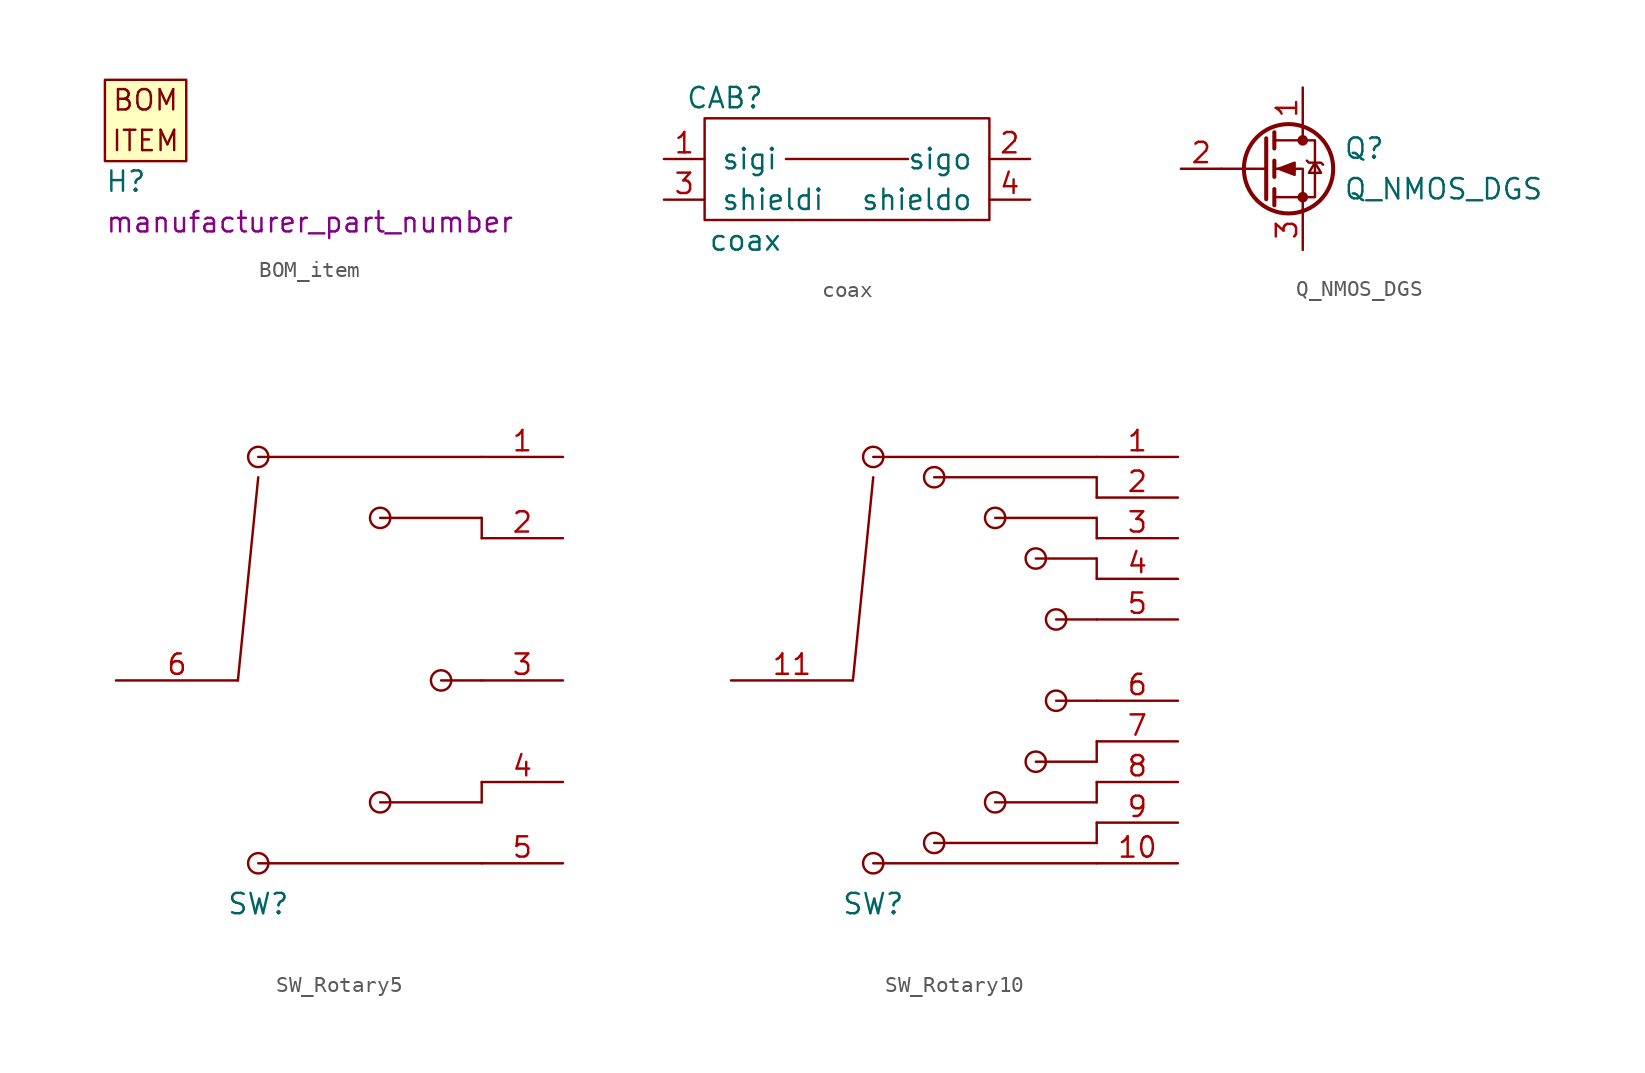
<source format=kicad_sym>
(kicad_symbol_lib
  (version 20220914)
  (generator kicad_symbol_editor)
  (symbol "BOM_item"
    (pin_names
      (offset 1.016))
    (property "Reference" "H"
      (at -2.54 -1.27 0)
      (effects (font (size 1.27 1.27)) (justify left)))
    (property "manufacturer_part_number" "manufacturer_part_number"
      (at -2.54 -3.81 0)
      (effects (font (size 1.27 1.27)) (justify left)))
    (symbol "BOM_item_0_0"
      (text "BOM" (at 0 3.81 0) (effects (font (size 1.27 1.27))))
      (text "ITEM" (at 0 1.27 0) (effects (font (size 1.27 1.27)))))
    (symbol "BOM_item_0_1"
      (rectangle (start -2.54 5.08) (end 2.54 0) (stroke (width 0) (type solid)) (fill (type background)))))
  (symbol "coax"
    (pin_names
      (offset 1.016))
    (property "Reference" "CAB"
      (at -7.62 3.81 0)
      (effects (font (size 1.27 1.27))))
    (property "Value" "coax"
      (at -6.35 -5.08 0)
      (effects (font (size 1.27 1.27))))
    (symbol "coax_0_1"
      (rectangle (start -8.89 2.54) (end 8.89 -3.81) (stroke (width 0) (type solid)) (fill (type none)))
      (polyline (pts (xy -3.81 0) (xy 3.81 0)) (stroke (width 0) (type solid)) (fill (type none))))
    (symbol "coax_1_1"
      (pin input line (at -11.43 0 0) (length 2.54) (name "sigi" (effects (font (size 1.27 1.27)))) (number "1" (effects (font (size 1.27 1.27)))))
      (pin output line (at 11.43 0 180) (length 2.54) (name "sigo" (effects (font (size 1.27 1.27)))) (number "2" (effects (font (size 1.27 1.27)))))
      (pin input line (at -11.43 -2.54 0) (length 2.54) (name "shieldi" (effects (font (size 1.27 1.27)))) (number "3" (effects (font (size 1.27 1.27)))))
      (pin input line (at 11.43 -2.54 180) (length 2.54) (name "shieldo" (effects (font (size 1.27 1.27)))) (number "4" (effects (font (size 1.27 1.27)))))))
  (symbol "Q_NMOS_DGS"
    (pin_names
      (offset 0) hide)
    (property "Reference" "Q"
      (at 5.08 1.27 0)
      (effects (font (size 1.27 1.27)) (justify left)))
    (property "Value" "Q_NMOS_DGS"
      (at 5.08 -1.27 0)
      (effects (font (size 1.27 1.27)) (justify left)))
    (symbol "Q_NMOS_DGS_0_1"
      (polyline (pts (xy 0.254 0) (xy -2.54 0)) (stroke (width 0) (type solid)) (fill (type none)))
      (polyline (pts (xy 0.254 1.905) (xy 0.254 -1.905)) (stroke (width 0.254) (type solid)) (fill (type none)))
      (polyline (pts (xy 0.762 -1.27) (xy 0.762 -2.286)) (stroke (width 0.254) (type solid)) (fill (type none)))
      (polyline (pts (xy 0.762 0.508) (xy 0.762 -0.508)) (stroke (width 0.254) (type solid)) (fill (type none)))
      (polyline (pts (xy 0.762 2.286) (xy 0.762 1.27)) (stroke (width 0.254) (type solid)) (fill (type none)))
      (polyline (pts (xy 2.54 2.54) (xy 2.54 1.778)) (stroke (width 0) (type solid)) (fill (type none)))
      (polyline (pts (xy 2.54 -2.54) (xy 2.54 0) (xy 0.762 0)) (stroke (width 0) (type solid)) (fill (type none)))
      (polyline (pts (xy 0.762 -1.778) (xy 3.302 -1.778) (xy 3.302 1.778) (xy 0.762 1.778)) (stroke (width 0) (type solid)) (fill (type none)))
      (polyline (pts (xy 1.016 0) (xy 2.032 0.381) (xy 2.032 -0.381) (xy 1.016 0)) (stroke (width 0) (type solid)) (fill (type outline)))
      (polyline (pts (xy 2.794 0.508) (xy 2.921 0.381) (xy 3.683 0.381) (xy 3.81 0.254)) (stroke (width 0) (type solid)) (fill (type none)))
      (polyline (pts (xy 3.302 0.381) (xy 2.921 -0.254) (xy 3.683 -0.254) (xy 3.302 0.381)) (stroke (width 0) (type solid)) (fill (type none)))
      (circle (center 1.651 0) (radius 2.794) (stroke (width 0.254) (type solid)) (fill (type none)))
      (circle (center 2.54 -1.778) (radius 0.254) (stroke (width 0) (type solid)) (fill (type outline)))
      (circle (center 2.54 1.778) (radius 0.254) (stroke (width 0) (type solid)) (fill (type outline))))
    (symbol "Q_NMOS_DGS_1_1"
      (pin passive line (at 2.54 5.08 270) (length 2.54) (name "D" (effects (font (size 1.27 1.27)))) (number "1" (effects (font (size 1.27 1.27)))))
      (pin input line (at -5.08 0 0) (length 2.54) (name "G" (effects (font (size 1.27 1.27)))) (number "2" (effects (font (size 1.27 1.27)))))
      (pin passive line (at 2.54 -5.08 90) (length 2.54) (name "S" (effects (font (size 1.27 1.27)))) (number "3" (effects (font (size 1.27 1.27)))))))
  (symbol "SW_Rotary5"
    (pin_names
      (offset 1.016) hide)
    (property "Reference" "SW"
      (at 1.27 -2.54 0)
      (effects (font (size 1.27 1.27))))
    (symbol "SW_Rotary5_0_0"
      (circle (center 1.27 25.4) (radius 0.635) (stroke (width 0) (type solid)) (fill (type none))))
    (symbol "SW_Rotary5_0_1"
      (polyline (pts (xy 0 11.43) (xy 1.27 24.13)) (stroke (width 0) (type solid)) (fill (type none)))
      (polyline (pts (xy 1.27 0) (xy 15.24 0)) (stroke (width 0) (type solid)) (fill (type none)))
      (polyline (pts (xy 1.27 25.4) (xy 15.24 25.4)) (stroke (width 0) (type solid)) (fill (type none)))
      (polyline (pts (xy 8.89 3.81) (xy 15.24 3.81)) (stroke (width 0) (type solid)) (fill (type none)))
      (polyline (pts (xy 8.89 21.59) (xy 15.24 21.59)) (stroke (width 0) (type solid)) (fill (type none)))
      (polyline (pts (xy 12.7 11.43) (xy 15.24 11.43)) (stroke (width 0) (type solid)) (fill (type none)))
      (polyline (pts (xy 15.24 5.08) (xy 15.24 3.81)) (stroke (width 0) (type solid)) (fill (type none)))
      (polyline (pts (xy 15.24 21.59) (xy 15.24 20.32)) (stroke (width 0) (type solid)) (fill (type none)))
      (pin passive line (at 20.32 25.4 180) (length 5.08) (name "1" (effects (font (size 1.27 1.27)))) (number "1" (effects (font (size 1.27 1.27)))))
      (pin passive line (at 20.32 20.32 180) (length 5.08) (name "2" (effects (font (size 1.27 1.27)))) (number "2" (effects (font (size 1.27 1.27)))))
      (pin passive line (at 20.32 11.43 180) (length 5.08) (name "3" (effects (font (size 1.27 1.27)))) (number "3" (effects (font (size 1.27 1.27)))))
      (pin passive line (at 20.32 5.08 180) (length 5.08) (name "4" (effects (font (size 1.27 1.27)))) (number "4" (effects (font (size 1.27 1.27)))))
      (pin passive line (at 20.32 0 180) (length 5.08) (name "5" (effects (font (size 1.27 1.27)))) (number "5" (effects (font (size 1.27 1.27)))))
      (pin passive line (at -7.62 11.43 0) (length 7.62) (name "6" (effects (font (size 1.27 1.27)))) (number "6" (effects (font (size 1.27 1.27))))))
    (symbol "SW_Rotary5_1_1"
      (circle (center 1.27 0) (radius 0.635) (stroke (width 0) (type solid)) (fill (type none)))
      (circle (center 8.89 3.81) (radius 0.635) (stroke (width 0) (type solid)) (fill (type none)))
      (circle (center 8.89 21.59) (radius 0.635) (stroke (width 0) (type solid)) (fill (type none)))
      (circle (center 12.7 11.43) (radius 0.635) (stroke (width 0) (type solid)) (fill (type none)))))
  (symbol "SW_Rotary10"
    (pin_names
      (offset 1.016) hide)
    (property "Reference" "SW"
      (at 1.27 -2.54 0)
      (effects (font (size 1.27 1.27))))
    (symbol "SW_Rotary10_0_0"
      (circle (center 1.27 25.4) (radius 0.635) (stroke (width 0) (type solid)) (fill (type none))))
    (symbol "SW_Rotary10_0_1"
      (polyline (pts (xy 0 11.43) (xy 1.27 24.13)) (stroke (width 0) (type solid)) (fill (type none)))
      (polyline (pts (xy 1.27 0) (xy 15.24 0)) (stroke (width 0) (type solid)) (fill (type none)))
      (polyline (pts (xy 1.27 25.4) (xy 15.24 25.4)) (stroke (width 0) (type solid)) (fill (type none)))
      (polyline (pts (xy 5.08 1.27) (xy 15.24 1.27)) (stroke (width 0) (type solid)) (fill (type none)))
      (polyline (pts (xy 5.08 24.13) (xy 15.24 24.13)) (stroke (width 0) (type solid)) (fill (type none)))
      (polyline (pts (xy 8.89 3.81) (xy 15.24 3.81)) (stroke (width 0) (type solid)) (fill (type none)))
      (polyline (pts (xy 8.89 21.59) (xy 15.24 21.59)) (stroke (width 0) (type solid)) (fill (type none)))
      (polyline (pts (xy 11.43 6.35) (xy 15.24 6.35)) (stroke (width 0) (type solid)) (fill (type none)))
      (polyline (pts (xy 11.43 19.05) (xy 15.24 19.05)) (stroke (width 0) (type solid)) (fill (type none)))
      (polyline (pts (xy 12.7 10.16) (xy 15.24 10.16)) (stroke (width 0) (type solid)) (fill (type none)))
      (polyline (pts (xy 12.7 15.24) (xy 15.24 15.24)) (stroke (width 0) (type solid)) (fill (type none)))
      (polyline (pts (xy 15.24 2.54) (xy 15.24 1.27)) (stroke (width 0) (type solid)) (fill (type none)))
      (polyline (pts (xy 15.24 5.08) (xy 15.24 3.81)) (stroke (width 0) (type solid)) (fill (type none)))
      (polyline (pts (xy 15.24 7.62) (xy 15.24 6.35)) (stroke (width 0) (type solid)) (fill (type none)))
      (polyline (pts (xy 15.24 19.05) (xy 15.24 17.78)) (stroke (width 0) (type solid)) (fill (type none)))
      (polyline (pts (xy 15.24 21.59) (xy 15.24 20.32)) (stroke (width 0) (type solid)) (fill (type none)))
      (polyline (pts (xy 15.24 24.13) (xy 15.24 22.86)) (stroke (width 0) (type solid)) (fill (type none)))
      (pin passive line (at 20.32 25.4 180) (length 5.08) (name "1" (effects (font (size 1.27 1.27)))) (number "1" (effects (font (size 1.27 1.27)))))
      (pin passive line (at 20.32 0 180) (length 5.08) (name "10" (effects (font (size 1.27 1.27)))) (number "10" (effects (font (size 1.27 1.27)))))
      (pin passive line (at -7.62 11.43 0) (length 7.62) (name "COM" (effects (font (size 1.27 1.27)))) (number "11" (effects (font (size 1.27 1.27)))))
      (pin passive line (at 20.32 22.86 180) (length 5.08) (name "2" (effects (font (size 1.27 1.27)))) (number "2" (effects (font (size 1.27 1.27)))))
      (pin passive line (at 20.32 20.32 180) (length 5.08) (name "3" (effects (font (size 1.27 1.27)))) (number "3" (effects (font (size 1.27 1.27)))))
      (pin passive line (at 20.32 17.78 180) (length 5.08) (name "4" (effects (font (size 1.27 1.27)))) (number "4" (effects (font (size 1.27 1.27)))))
      (pin passive line (at 20.32 15.24 180) (length 5.08) (name "5" (effects (font (size 1.27 1.27)))) (number "5" (effects (font (size 1.27 1.27)))))
      (pin passive line (at 20.32 10.16 180) (length 5.08) (name "6" (effects (font (size 1.27 1.27)))) (number "6" (effects (font (size 1.27 1.27)))))
      (pin passive line (at 20.32 7.62 180) (length 5.08) (name "7" (effects (font (size 1.27 1.27)))) (number "7" (effects (font (size 1.27 1.27)))))
      (pin passive line (at 20.32 5.08 180) (length 5.08) (name "8" (effects (font (size 1.27 1.27)))) (number "8" (effects (font (size 1.27 1.27)))))
      (pin passive line (at 20.32 2.54 180) (length 5.08) (name "9" (effects (font (size 1.27 1.27)))) (number "9" (effects (font (size 1.27 1.27))))))
    (symbol "SW_Rotary10_1_1"
      (circle (center 1.27 0) (radius 0.635) (stroke (width 0) (type solid)) (fill (type none)))
      (circle (center 5.08 1.27) (radius 0.635) (stroke (width 0) (type solid)) (fill (type none)))
      (circle (center 5.08 24.13) (radius 0.635) (stroke (width 0) (type solid)) (fill (type none)))
      (circle (center 8.89 3.81) (radius 0.635) (stroke (width 0) (type solid)) (fill (type none)))
      (circle (center 8.89 21.59) (radius 0.635) (stroke (width 0) (type solid)) (fill (type none)))
      (circle (center 11.43 6.35) (radius 0.635) (stroke (width 0) (type solid)) (fill (type none)))
      (circle (center 11.43 19.05) (radius 0.635) (stroke (width 0) (type solid)) (fill (type none)))
      (circle (center 12.7 10.16) (radius 0.635) (stroke (width 0) (type solid)) (fill (type none)))
      (circle (center 12.7 15.24) (radius 0.635) (stroke (width 0) (type solid)) (fill (type none))))))
</source>
